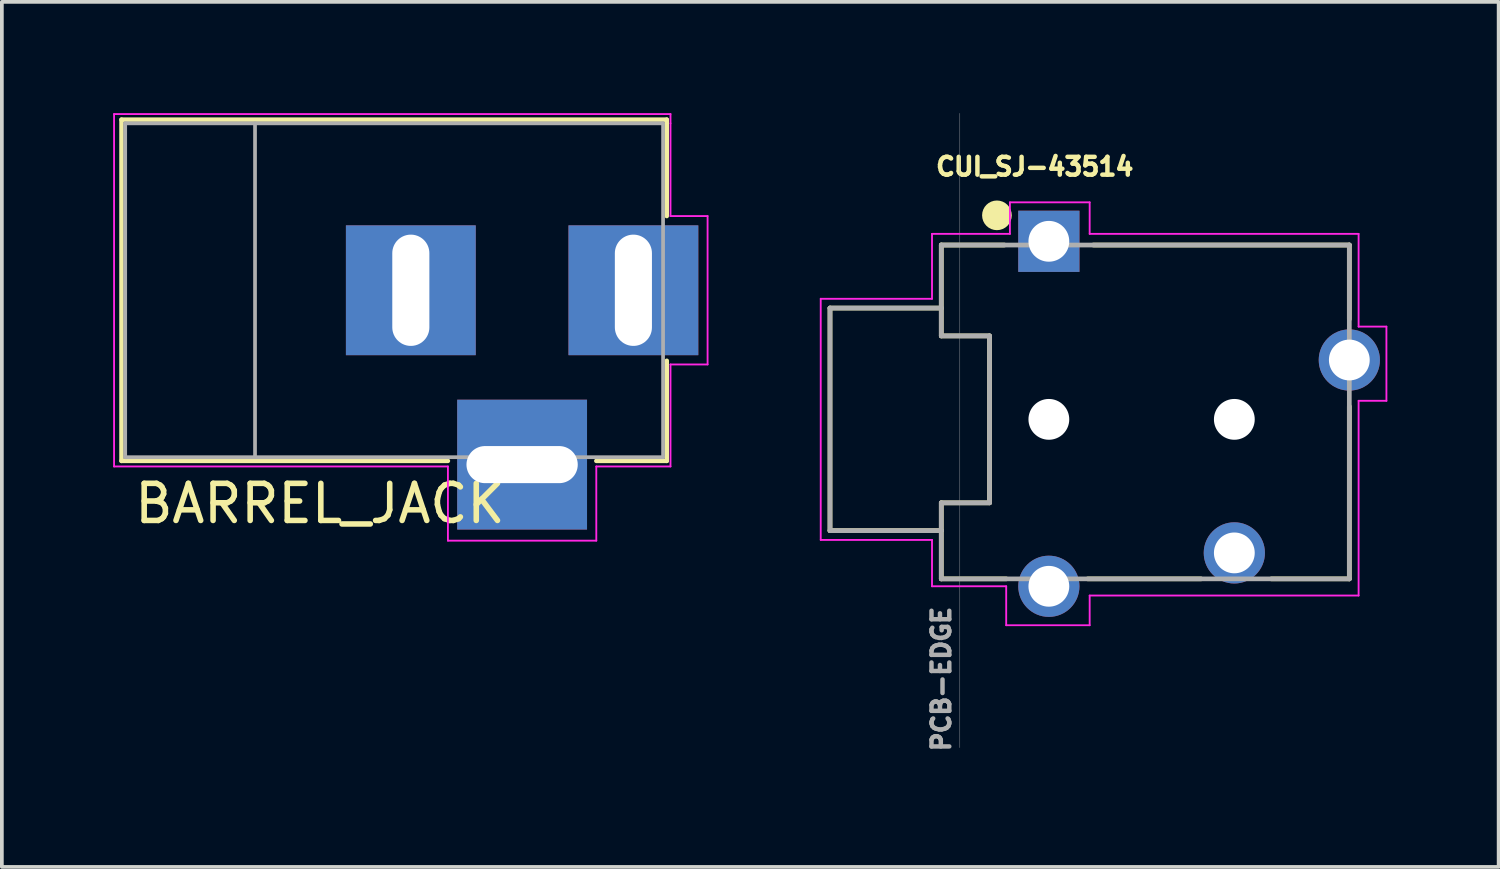
<source format=kicad_pcb>
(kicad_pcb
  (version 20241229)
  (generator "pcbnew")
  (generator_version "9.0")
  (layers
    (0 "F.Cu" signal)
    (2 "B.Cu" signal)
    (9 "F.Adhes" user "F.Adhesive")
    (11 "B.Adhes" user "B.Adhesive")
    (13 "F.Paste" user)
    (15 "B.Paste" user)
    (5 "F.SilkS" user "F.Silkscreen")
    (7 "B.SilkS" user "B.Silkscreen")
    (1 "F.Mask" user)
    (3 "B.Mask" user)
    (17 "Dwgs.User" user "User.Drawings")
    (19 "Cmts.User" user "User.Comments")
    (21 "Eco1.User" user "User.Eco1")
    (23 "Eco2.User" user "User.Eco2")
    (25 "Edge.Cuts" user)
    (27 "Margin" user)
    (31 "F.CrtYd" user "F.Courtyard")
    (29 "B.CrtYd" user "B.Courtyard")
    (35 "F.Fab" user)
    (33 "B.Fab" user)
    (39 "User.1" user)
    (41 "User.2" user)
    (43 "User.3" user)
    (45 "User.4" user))
  (footprint "CUI_SJ-43514"
    (layer "F.Cu")
    (at 27.825 8.255)
    (property "Reference" "CUI_SJ-43514" (at -2.98 -6.813 0) (layer "F.SilkS") (effects (font (size 0.481 0.481) (thickness 0.15))))
    (attr through_hole)
    (fp_line (start -8.5 -3) (end -5.5 -3) (stroke (width 0.127) (type solid)) (layer "F.SilkS"))
    (fp_line (start -8.5 3) (end -8.5 -3) (stroke (width 0.127) (type solid)) (layer "F.SilkS"))
    (fp_line (start -5.5 -4.7) (end -5.5 -3) (stroke (width 0.127) (type solid)) (layer "F.SilkS"))
    (fp_line (start -5.5 -3) (end -5.5 -2.25) (stroke (width 0.127) (type solid)) (layer "F.SilkS"))
    (fp_line (start -5.5 -2.25) (end -4.2 -2.25) (stroke (width 0.127) (type solid)) (layer "F.SilkS"))
    (fp_line (start -5.5 2.25) (end -5.5 3) (stroke (width 0.127) (type solid)) (layer "F.SilkS"))
    (fp_line (start -5.5 3) (end -8.5 3) (stroke (width 0.127) (type solid)) (layer "F.SilkS"))
    (fp_line (start -5.5 3) (end -5.5 4.3) (stroke (width 0.127) (type solid)) (layer "F.SilkS"))
    (fp_line (start -5.5 4.3) (end -3.75 4.3) (stroke (width 0.127) (type solid)) (layer "F.SilkS"))
    (fp_line (start -4.2 -2.25) (end -4.2 2.25) (stroke (width 0.127) (type solid)) (layer "F.SilkS"))
    (fp_line (start -4.2 2.25) (end -5.5 2.25) (stroke (width 0.127) (type solid)) (layer "F.SilkS"))
    (fp_line (start -3.8 -4.7) (end -5.5 -4.7) (stroke (width 0.127) (type solid)) (layer "F.SilkS"))
    (fp_line (start -1.4 -4.7) (end 5.5 -4.7) (stroke (width 0.127) (type solid)) (layer "F.SilkS"))
    (fp_line (start 1.5 4.3) (end -1.55 4.3) (stroke (width 0.127) (type solid)) (layer "F.SilkS"))
    (fp_line (start 5.5 -4.7) (end 5.5 -2.7) (stroke (width 0.127) (type solid)) (layer "F.SilkS"))
    (fp_line (start 5.5 -0.35) (end 5.5 4.3) (stroke (width 0.127) (type solid)) (layer "F.SilkS"))
    (fp_line (start 5.5 4.3) (end 3.4 4.3) (stroke (width 0.127) (type solid)) (layer "F.SilkS"))
    (fp_circle (center -4 -5.5) (end -3.8 -5.5) (stroke (width 0.4) (type solid)) (fill no) (layer "F.SilkS"))
    (fp_line (start -8.75 -3.25) (end -5.75 -3.25) (stroke (width 0.05) (type solid)) (layer "F.CrtYd"))
    (fp_line (start -8.75 3.25) (end -8.75 -3.25) (stroke (width 0.05) (type solid)) (layer "F.CrtYd"))
    (fp_line (start -5.75 -5) (end -3.65 -5) (stroke (width 0.05) (type solid)) (layer "F.CrtYd"))
    (fp_line (start -5.75 -3.25) (end -5.75 -5) (stroke (width 0.05) (type solid)) (layer "F.CrtYd"))
    (fp_line (start -5.75 3.25) (end -8.75 3.25) (stroke (width 0.05) (type solid)) (layer "F.CrtYd"))
    (fp_line (start -5.75 4.5) (end -5.75 3.25) (stroke (width 0.05) (type solid)) (layer "F.CrtYd"))
    (fp_line (start -3.75 4.5) (end -5.75 4.5) (stroke (width 0.05) (type solid)) (layer "F.CrtYd"))
    (fp_line (start -3.75 5.55) (end -3.75 4.5) (stroke (width 0.05) (type solid)) (layer "F.CrtYd"))
    (fp_line (start -3.65 -5.85) (end -1.5 -5.85) (stroke (width 0.05) (type solid)) (layer "F.CrtYd"))
    (fp_line (start -3.65 -5) (end -3.65 -5.85) (stroke (width 0.05) (type solid)) (layer "F.CrtYd"))
    (fp_line (start -1.5 -5.85) (end -1.5 -5) (stroke (width 0.05) (type solid)) (layer "F.CrtYd"))
    (fp_line (start -1.5 -5) (end 5.75 -5) (stroke (width 0.05) (type solid)) (layer "F.CrtYd"))
    (fp_line (start -1.5 4.75) (end -1.5 5.55) (stroke (width 0.05) (type solid)) (layer "F.CrtYd"))
    (fp_line (start -1.5 5.55) (end -3.75 5.55) (stroke (width 0.05) (type solid)) (layer "F.CrtYd"))
    (fp_line (start 5.75 -5) (end 5.75 -2.5) (stroke (width 0.05) (type solid)) (layer "F.CrtYd"))
    (fp_line (start 5.75 -2.5) (end 6.5 -2.5) (stroke (width 0.05) (type solid)) (layer "F.CrtYd"))
    (fp_line (start 5.75 -0.5) (end 5.75 4.75) (stroke (width 0.05) (type solid)) (layer "F.CrtYd"))
    (fp_line (start 5.75 4.75) (end -1.5 4.75) (stroke (width 0.05) (type solid)) (layer "F.CrtYd"))
    (fp_line (start 6.5 -2.5) (end 6.5 -0.5) (stroke (width 0.05) (type solid)) (layer "F.CrtYd"))
    (fp_line (start 6.5 -0.5) (end 5.75 -0.5) (stroke (width 0.05) (type solid)) (layer "F.CrtYd"))
    (fp_line (start -8.5 -3) (end -8.5 3) (stroke (width 0.127) (type solid)) (layer "F.Fab"))
    (fp_line (start -8.5 3) (end -5.5 3) (stroke (width 0.127) (type solid)) (layer "F.Fab"))
    (fp_line (start -5.5 -4.7) (end -5.5 -3) (stroke (width 0.127) (type solid)) (layer "F.Fab"))
    (fp_line (start -5.5 -4.7) (end 5.5 -4.7) (stroke (width 0.127) (type solid)) (layer "F.Fab"))
    (fp_line (start -5.5 -3) (end -8.5 -3) (stroke (width 0.127) (type solid)) (layer "F.Fab"))
    (fp_line (start -5.5 -3) (end -5.5 -2.25) (stroke (width 0.127) (type solid)) (layer "F.Fab"))
    (fp_line (start -5.5 -2.25) (end -4.2 -2.25) (stroke (width 0.127) (type solid)) (layer "F.Fab"))
    (fp_line (start -5.5 2.25) (end -5.5 3) (stroke (width 0.127) (type solid)) (layer "F.Fab"))
    (fp_line (start -5.5 3) (end -5.5 4.3) (stroke (width 0.127) (type solid)) (layer "F.Fab"))
    (fp_line (start -5.5 4.3) (end 5.5 4.3) (stroke (width 0.127) (type solid)) (layer "F.Fab"))
    (fp_line (start -5 -8.25) (end -5 8.85) (stroke (width 0.01) (type solid)) (layer "F.Fab"))
    (fp_line (start -4.2 -2.25) (end -4.2 2.25) (stroke (width 0.127) (type solid)) (layer "F.Fab"))
    (fp_line (start -4.2 2.25) (end -5.5 2.25) (stroke (width 0.127) (type solid)) (layer "F.Fab"))
    (fp_line (start 5.5 -4.7) (end 5.5 4.3) (stroke (width 0.127) (type solid)) (layer "F.Fab"))
    (fp_text user "PCB-EDGE" (at -5.5 7 90) (layer "F.Fab") (effects (font (size 0.48 0.48) (thickness 0.15))))
    (pad "" np_thru_hole circle (at -2.6 0) (size 1.1 1.1) (drill 1.1) (layers "*.Cu" "*.Mask"))
    (pad "" np_thru_hole circle (at 2.4 0) (size 1.1 1.1) (drill 1.1) (layers "*.Cu" "*.Mask"))
    (pad "1" thru_hole rect (at -2.6 -4.8) (size 1.65 1.65) (drill 1.1) (layers "*.Cu" "*.Mask"))
    (pad "2" thru_hole circle (at 2.4 3.6) (size 1.65 1.65) (drill 1.1) (layers "*.Cu" "*.Mask"))
    (pad "3" thru_hole circle (at 5.5 -1.6) (size 1.65 1.65) (drill 1.1) (layers "*.Cu" "*.Mask"))
    (pad "4" thru_hole circle (at -2.6 4.5) (size 1.65 1.65) (drill 1.1) (layers "*.Cu" "*.Mask")))
  (footprint "BARREL_JACK"
    (layer "F.Cu")
    (at 14.025 4.775)
    (property "Reference" "BARREL_JACK" (at -8.45 5.75 180) (layer "F.SilkS") (effects (font (size 1 1) (thickness 0.15))))
    (attr through_hole)
    (fp_line (start -13.8 -4.6) (end 0.9 -4.6) (stroke (width 0.12) (type solid)) (layer "F.SilkS"))
    (fp_line (start -13.8 4.6) (end -13.8 -4.6) (stroke (width 0.12) (type solid)) (layer "F.SilkS"))
    (fp_line (start -5 4.6) (end -13.8 4.6) (stroke (width 0.12) (type solid)) (layer "F.SilkS"))
    (fp_line (start 0.9 -4.6) (end 0.9 -2) (stroke (width 0.12) (type solid)) (layer "F.SilkS"))
    (fp_line (start 0.9 1.9) (end 0.9 4.6) (stroke (width 0.12) (type solid)) (layer "F.SilkS"))
    (fp_line (start 0.9 4.6) (end -1 4.6) (stroke (width 0.12) (type solid)) (layer "F.SilkS"))
    (fp_line (start -14 4.75) (end -14 -4.75) (stroke (width 0.05) (type solid)) (layer "F.CrtYd"))
    (fp_line (start -5 4.75) (end -14 4.75) (stroke (width 0.05) (type solid)) (layer "F.CrtYd"))
    (fp_line (start -5 6.75) (end -5 4.75) (stroke (width 0.05) (type solid)) (layer "F.CrtYd"))
    (fp_line (start -1 4.75) (end -1 6.75) (stroke (width 0.05) (type solid)) (layer "F.CrtYd"))
    (fp_line (start -1 6.75) (end -5 6.75) (stroke (width 0.05) (type solid)) (layer "F.CrtYd"))
    (fp_line (start 1 -4.75) (end -14 -4.75) (stroke (width 0.05) (type solid)) (layer "F.CrtYd"))
    (fp_line (start 1 -4.5) (end 1 -4.75) (stroke (width 0.05) (type solid)) (layer "F.CrtYd"))
    (fp_line (start 1 -4.5) (end 1 -2) (stroke (width 0.05) (type solid)) (layer "F.CrtYd"))
    (fp_line (start 1 -2) (end 2 -2) (stroke (width 0.05) (type solid)) (layer "F.CrtYd"))
    (fp_line (start 1 2) (end 1 4.75) (stroke (width 0.05) (type solid)) (layer "F.CrtYd"))
    (fp_line (start 1 4.75) (end -1 4.75) (stroke (width 0.05) (type solid)) (layer "F.CrtYd"))
    (fp_line (start 2 -2) (end 2 2) (stroke (width 0.05) (type solid)) (layer "F.CrtYd"))
    (fp_line (start 2 2) (end 1 2) (stroke (width 0.05) (type solid)) (layer "F.CrtYd"))
    (fp_line (start -13.7 -4.5) (end -13.7 4.5) (stroke (width 0.1) (type solid)) (layer "F.Fab"))
    (fp_line (start -13.7 4.5) (end 0.8 4.5) (stroke (width 0.1) (type solid)) (layer "F.Fab"))
    (fp_line (start -10.2 -4.5) (end -10.2 4.5) (stroke (width 0.1) (type solid)) (layer "F.Fab"))
    (fp_line (start 0.8 -4.5) (end -13.7 -4.5) (stroke (width 0.1) (type solid)) (layer "F.Fab"))
    (fp_line (start 0.8 4.5) (end 0.8 -4.5) (stroke (width 0.1) (type solid)) (layer "F.Fab"))
    (pad "1" thru_hole rect (at -6 0) (size 3.5 3.5) (drill oval 1 3) (layers "*.Cu" "*.Mask"))
    (pad "2" thru_hole rect (at 0 0) (size 3.5 3.5) (drill oval 1 3) (layers "*.Cu" "*.Mask"))
    (pad "3" thru_hole rect (at -3 4.7) (size 3.5 3.5) (drill oval 3 1) (layers "*.Cu" "*.Mask")))
  (gr_rect
    (start -3 -3)
    (end 37.35 20.32)
    (stroke (width 0.1) (type default))
    (fill no)
    (layer "Edge.Cuts")))
</source>
